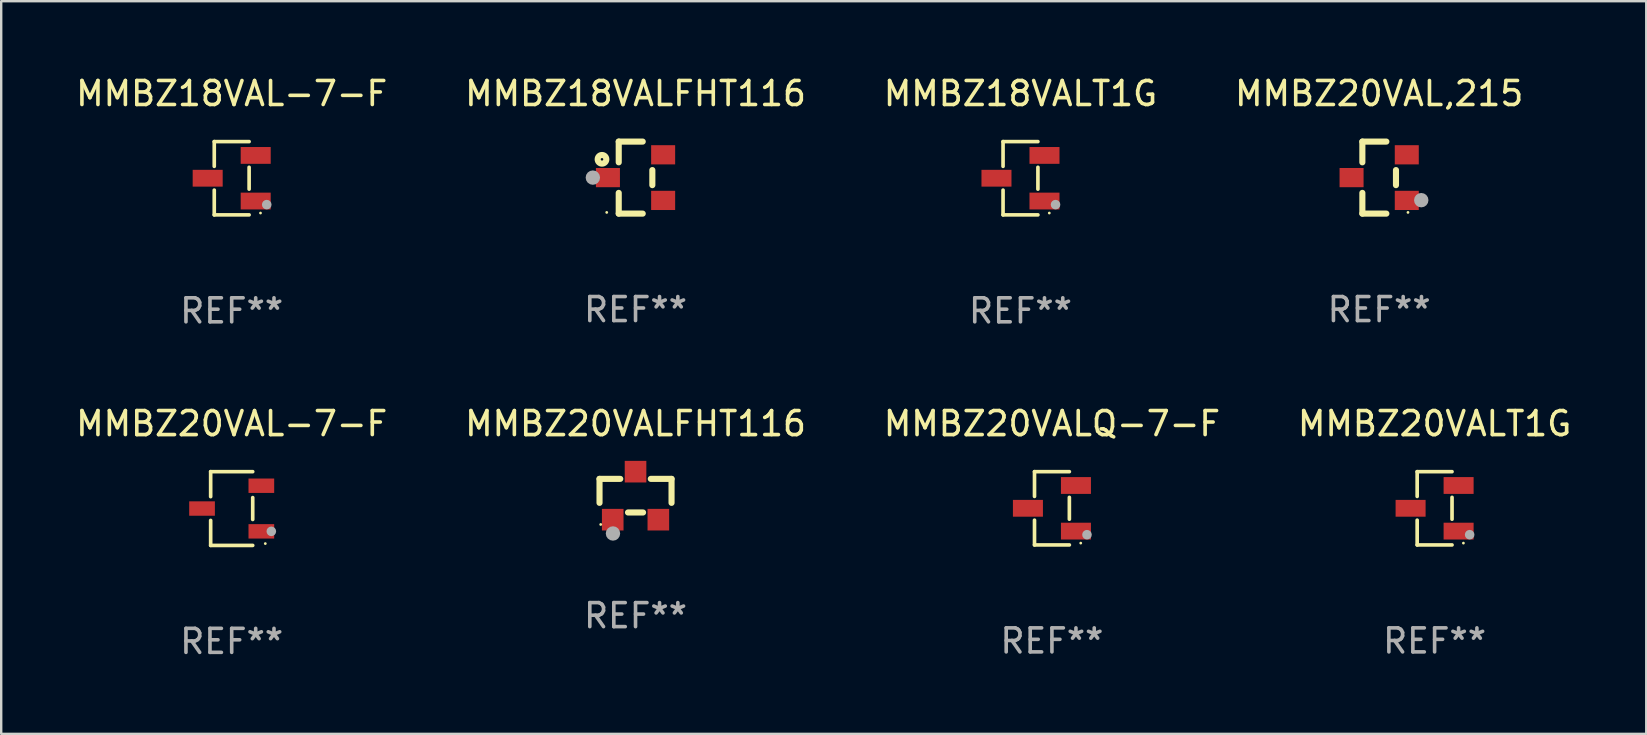
<source format=kicad_pcb>
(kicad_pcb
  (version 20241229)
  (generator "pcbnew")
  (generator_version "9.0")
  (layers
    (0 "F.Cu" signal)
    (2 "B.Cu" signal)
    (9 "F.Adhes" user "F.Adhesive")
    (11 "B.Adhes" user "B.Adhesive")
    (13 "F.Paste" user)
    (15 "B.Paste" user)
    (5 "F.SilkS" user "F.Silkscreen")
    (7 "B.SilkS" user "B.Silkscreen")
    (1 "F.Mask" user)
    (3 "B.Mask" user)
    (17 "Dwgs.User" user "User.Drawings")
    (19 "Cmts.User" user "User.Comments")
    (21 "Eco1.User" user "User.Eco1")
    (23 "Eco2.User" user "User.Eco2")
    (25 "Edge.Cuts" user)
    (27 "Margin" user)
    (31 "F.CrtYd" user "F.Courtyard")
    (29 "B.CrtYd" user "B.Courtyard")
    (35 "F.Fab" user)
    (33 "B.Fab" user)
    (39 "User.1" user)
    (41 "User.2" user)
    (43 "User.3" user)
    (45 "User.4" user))
  (footprint "MMBZ20VALQ-7-F"
    (layer "F.Cu")
    (at 40.768 18.123)
    (property "Reference" "MMBZ20VALQ-7-F" (at 0 -3.526 0) (layer "F.SilkS") (effects (font (size 1 1) (thickness 0.15))))
    (attr through_hole)
    (fp_line (start -0.726 -1.526) (end -0.726 -0.495) (stroke (width 0.152) (type solid)) (layer "F.SilkS"))
    (fp_line (start -0.726 1.526) (end -0.726 0.495) (stroke (width 0.152) (type solid)) (layer "F.SilkS"))
    (fp_line (start 0.726 -1.526) (end -0.726 -1.526) (stroke (width 0.152) (type solid)) (layer "F.SilkS"))
    (fp_line (start 0.726 -0.455) (end 0.726 0.455) (stroke (width 0.152) (type solid)) (layer "F.SilkS"))
    (fp_line (start 0.726 1.526) (end -0.726 1.526) (stroke (width 0.152) (type solid)) (layer "F.SilkS"))
    (fp_circle (center 1.2 1.45) (end 1.23 1.45) (stroke (width 0.06) (type solid)) (fill no) (layer "F.SilkS"))
    (fp_circle (center 1.46 1.1) (end 1.56 1.1) (stroke (width 0.2) (type solid)) (fill no) (layer "F.Fab"))
    (fp_text user "REF**" (at 0 5.526 0) (layer "F.Fab") (effects (font (size 1 1) (thickness 0.15))))
    (pad "1" smd rect (at 1 0.95) (size 1.25 0.7) (layers "F.Cu" "F.Mask" "F.Paste"))
    (pad "2" smd rect (at 1 -0.95) (size 1.25 0.7) (layers "F.Cu" "F.Mask" "F.Paste"))
    (pad "3" smd rect (at -1 0) (size 1.25 0.7) (layers "F.Cu" "F.Mask" "F.Paste")))
  (footprint "MMBZ18VAL-7-F"
    (layer "F.Cu")
    (at 6.601 4.374)
    (property "Reference" "MMBZ18VAL-7-F" (at 0 -3.526 0) (layer "F.SilkS") (effects (font (size 1 1) (thickness 0.15))))
    (attr through_hole)
    (fp_line (start -0.726 -1.526) (end -0.726 -0.495) (stroke (width 0.152) (type solid)) (layer "F.SilkS"))
    (fp_line (start -0.726 1.526) (end -0.726 0.495) (stroke (width 0.152) (type solid)) (layer "F.SilkS"))
    (fp_line (start 0.726 -1.526) (end -0.726 -1.526) (stroke (width 0.152) (type solid)) (layer "F.SilkS"))
    (fp_line (start 0.726 -0.455) (end 0.726 0.455) (stroke (width 0.152) (type solid)) (layer "F.SilkS"))
    (fp_line (start 0.726 1.526) (end -0.726 1.526) (stroke (width 0.152) (type solid)) (layer "F.SilkS"))
    (fp_circle (center 1.2 1.45) (end 1.23 1.45) (stroke (width 0.06) (type solid)) (fill no) (layer "F.SilkS"))
    (fp_circle (center 1.46 1.1) (end 1.56 1.1) (stroke (width 0.2) (type solid)) (fill no) (layer "F.Fab"))
    (fp_text user "REF**" (at 0 5.526 0) (layer "F.Fab") (effects (font (size 1 1) (thickness 0.15))))
    (pad "1" smd rect (at 1 0.95) (size 1.25 0.7) (layers "F.Cu" "F.Mask" "F.Paste"))
    (pad "2" smd rect (at 1 -0.95) (size 1.25 0.7) (layers "F.Cu" "F.Mask" "F.Paste"))
    (pad "3" smd rect (at -1 0) (size 1.25 0.7) (layers "F.Cu" "F.Mask" "F.Paste")))
  (footprint "MMBZ18VALT1G"
    (layer "F.Cu")
    (at 39.458 4.374)
    (property "Reference" "MMBZ18VALT1G" (at 0 -3.526 0) (layer "F.SilkS") (effects (font (size 1 1) (thickness 0.15))))
    (attr through_hole)
    (fp_line (start -0.726 -1.526) (end -0.726 -0.495) (stroke (width 0.152) (type solid)) (layer "F.SilkS"))
    (fp_line (start -0.726 1.526) (end -0.726 0.495) (stroke (width 0.152) (type solid)) (layer "F.SilkS"))
    (fp_line (start 0.726 -1.526) (end -0.726 -1.526) (stroke (width 0.152) (type solid)) (layer "F.SilkS"))
    (fp_line (start 0.726 -0.455) (end 0.726 0.455) (stroke (width 0.152) (type solid)) (layer "F.SilkS"))
    (fp_line (start 0.726 1.526) (end -0.726 1.526) (stroke (width 0.152) (type solid)) (layer "F.SilkS"))
    (fp_circle (center 1.2 1.45) (end 1.23 1.45) (stroke (width 0.06) (type solid)) (fill no) (layer "F.SilkS"))
    (fp_circle (center 1.46 1.1) (end 1.56 1.1) (stroke (width 0.2) (type solid)) (fill no) (layer "F.Fab"))
    (fp_text user "REF**" (at 0 5.526 0) (layer "F.Fab") (effects (font (size 1 1) (thickness 0.15))))
    (pad "1" smd rect (at 1 0.95) (size 1.25 0.7) (layers "F.Cu" "F.Mask" "F.Paste"))
    (pad "2" smd rect (at 1 -0.95) (size 1.25 0.7) (layers "F.Cu" "F.Mask" "F.Paste"))
    (pad "3" smd rect (at -1 0) (size 1.25 0.7) (layers "F.Cu" "F.Mask" "F.Paste")))
  (footprint "MMBZ20VALFHT116"
    (layer "F.Cu")
    (at 23.423 17.597)
    (property "Reference" "MMBZ20VALFHT116" (at 0 -3 0) (layer "F.SilkS") (effects (font (size 1 1) (thickness 0.15))))
    (attr through_hole)
    (fp_line (start -1.5 -0.7) (end -1.5 0.3) (stroke (width 0.254) (type solid)) (layer "F.SilkS"))
    (fp_line (start -1.5 -0.7) (end -0.636 -0.7) (stroke (width 0.254) (type solid)) (layer "F.SilkS"))
    (fp_line (start -0.314 0.7) (end 0.314 0.7) (stroke (width 0.254) (type solid)) (layer "F.SilkS"))
    (fp_line (start 0.636 -0.7) (end 1.5 -0.7) (stroke (width 0.254) (type solid)) (layer "F.SilkS"))
    (fp_line (start 1.5 -0.7) (end 1.5 0.3) (stroke (width 0.254) (type solid)) (layer "F.SilkS"))
    (fp_circle (center -1.45 1.2) (end -1.42 1.2) (stroke (width 0.06) (type solid)) (fill no) (layer "F.SilkS"))
    (fp_circle (center -0.94 1.575) (end -0.79 1.575) (stroke (width 0.3) (type solid)) (fill no) (layer "F.Fab"))
    (fp_text user "REF**" (at 0 5 0) (layer "F.Fab") (effects (font (size 1 1) (thickness 0.15))))
    (pad "1" smd rect (at -0.95 1) (size 0.9 0.9) (layers "F.Cu" "F.Mask" "F.Paste"))
    (pad "2" smd rect (at 0.95 1) (size 0.9 0.9) (layers "F.Cu" "F.Mask" "F.Paste"))
    (pad "3" smd rect (at 0.000051 -1) (size 0.9 0.9) (layers "F.Cu" "F.Mask" "F.Paste")))
  (footprint "MMBZ20VAL-7-F"
    (layer "F.Cu")
    (at 6.601 18.133)
    (property "Reference" "MMBZ20VAL-7-F" (at 0 -3.536 0) (layer "F.SilkS") (effects (font (size 1 1) (thickness 0.15))))
    (attr through_hole)
    (fp_line (start -0.876 -1.536) (end -0.876 -0.495) (stroke (width 0.152) (type solid)) (layer "F.SilkS"))
    (fp_line (start -0.876 1.536) (end -0.876 0.495) (stroke (width 0.152) (type solid)) (layer "F.SilkS"))
    (fp_line (start 0.876 -1.536) (end -0.876 -1.536) (stroke (width 0.152) (type solid)) (layer "F.SilkS"))
    (fp_line (start 0.876 -0.455) (end 0.876 0.455) (stroke (width 0.152) (type solid)) (layer "F.SilkS"))
    (fp_line (start 0.876 1.536) (end -0.876 1.536) (stroke (width 0.152) (type solid)) (layer "F.SilkS"))
    (fp_circle (center 1.4 1.46) (end 1.43 1.46) (stroke (width 0.06) (type solid)) (fill no) (layer "F.SilkS"))
    (fp_circle (center 1.651 0.95) (end 1.751 0.95) (stroke (width 0.2) (type solid)) (fill no) (layer "F.Fab"))
    (fp_text user "REF**" (at 0 5.536 0) (layer "F.Fab") (effects (font (size 1 1) (thickness 0.15))))
    (pad "1" smd rect (at 1.235 0.95) (size 1.07 0.6) (layers "F.Cu" "F.Mask" "F.Paste"))
    (pad "2" smd rect (at 1.235 -0.95) (size 1.07 0.6) (layers "F.Cu" "F.Mask" "F.Paste"))
    (pad "3" smd rect (at -1.235 0) (size 1.07 0.6) (layers "F.Cu" "F.Mask" "F.Paste")))
  (footprint "MMBZ18VALFHT116"
    (layer "F.Cu")
    (at 23.423 4.348)
    (property "Reference" "MMBZ18VALFHT116" (at 0 -3.5 0) (layer "F.SilkS") (effects (font (size 1 1) (thickness 0.15))))
    (attr through_hole)
    (fp_line (start -0.7 -1.5) (end 0.3 -1.5) (stroke (width 0.254) (type solid)) (layer "F.SilkS"))
    (fp_line (start -0.7 -0.636) (end -0.7 -1.5) (stroke (width 0.254) (type solid)) (layer "F.SilkS"))
    (fp_line (start -0.7 1.5) (end -0.7 0.636) (stroke (width 0.254) (type solid)) (layer "F.SilkS"))
    (fp_line (start -0.7 1.5) (end 0.3 1.5) (stroke (width 0.254) (type solid)) (layer "F.SilkS"))
    (fp_line (start 0.7 0.314) (end 0.7 -0.314) (stroke (width 0.254) (type solid)) (layer "F.SilkS"))
    (fp_circle (center -1.397 -0.762) (end -1.217 -0.762) (stroke (width 0.254) (type solid)) (fill no) (layer "F.SilkS"))
    (fp_circle (center -1.2 1.45) (end -1.17 1.45) (stroke (width 0.06) (type solid)) (fill no) (layer "F.SilkS"))
    (fp_circle (center -1.778 -0.000051) (end -1.628 -0.000051) (stroke (width 0.3) (type solid)) (fill no) (layer "F.Fab"))
    (fp_text user "REF**" (at 0 5.5 0) (layer "F.Fab") (effects (font (size 1 1) (thickness 0.15))))
    (pad "1" smd rect (at -1.15 -0.000051 180) (size 1 0.8) (layers "F.Cu" "F.Mask" "F.Paste"))
    (pad "2" smd rect (at 1.15 0.95 180) (size 1 0.8) (layers "F.Cu" "F.Mask" "F.Paste"))
    (pad "3" smd rect (at 1.15 -0.95 180) (size 1 0.8) (layers "F.Cu" "F.Mask" "F.Paste")))
  (footprint "MMBZ20VAL,215"
    (layer "F.Cu")
    (at 54.399 4.348)
    (property "Reference" "MMBZ20VAL,215" (at 0 -3.5 0) (layer "F.SilkS") (effects (font (size 1 1) (thickness 0.15))))
    (attr through_hole)
    (fp_line (start -0.7 -1.5) (end 0.3 -1.5) (stroke (width 0.254) (type solid)) (layer "F.SilkS"))
    (fp_line (start -0.7 -0.636) (end -0.7 -1.5) (stroke (width 0.254) (type solid)) (layer "F.SilkS"))
    (fp_line (start -0.7 1.5) (end -0.7 0.636) (stroke (width 0.254) (type solid)) (layer "F.SilkS"))
    (fp_line (start -0.7 1.5) (end 0.3 1.5) (stroke (width 0.254) (type solid)) (layer "F.SilkS"))
    (fp_line (start 0.7 0.314) (end 0.7 -0.314) (stroke (width 0.254) (type solid)) (layer "F.SilkS"))
    (fp_circle (center 1.2 1.45) (end 1.23 1.45) (stroke (width 0.06) (type solid)) (fill no) (layer "F.SilkS"))
    (fp_circle (center 1.753 0.94) (end 1.903 0.94) (stroke (width 0.3) (type solid)) (fill no) (layer "F.Fab"))
    (fp_text user "REF**" (at 0 5.5 0) (layer "F.Fab") (effects (font (size 1 1) (thickness 0.15))))
    (pad "1" smd rect (at 1.15 0.95 180) (size 1 0.8) (layers "F.Cu" "F.Mask" "F.Paste"))
    (pad "2" smd rect (at 1.15 -0.95 180) (size 1 0.8) (layers "F.Cu" "F.Mask" "F.Paste"))
    (pad "3" smd rect (at -1.15 -0.000051 180) (size 1 0.8) (layers "F.Cu" "F.Mask" "F.Paste")))
  (footprint "MMBZ20VALT1G"
    (layer "F.Cu")
    (at 56.708 18.123)
    (property "Reference" "MMBZ20VALT1G" (at 0 -3.526 0) (layer "F.SilkS") (effects (font (size 1 1) (thickness 0.15))))
    (attr through_hole)
    (fp_line (start -0.726 -1.526) (end -0.726 -0.495) (stroke (width 0.152) (type solid)) (layer "F.SilkS"))
    (fp_line (start -0.726 1.526) (end -0.726 0.495) (stroke (width 0.152) (type solid)) (layer "F.SilkS"))
    (fp_line (start 0.726 -1.526) (end -0.726 -1.526) (stroke (width 0.152) (type solid)) (layer "F.SilkS"))
    (fp_line (start 0.726 -0.455) (end 0.726 0.455) (stroke (width 0.152) (type solid)) (layer "F.SilkS"))
    (fp_line (start 0.726 1.526) (end -0.726 1.526) (stroke (width 0.152) (type solid)) (layer "F.SilkS"))
    (fp_circle (center 1.2 1.45) (end 1.23 1.45) (stroke (width 0.06) (type solid)) (fill no) (layer "F.SilkS"))
    (fp_circle (center 1.46 1.1) (end 1.56 1.1) (stroke (width 0.2) (type solid)) (fill no) (layer "F.Fab"))
    (fp_text user "REF**" (at 0 5.526 0) (layer "F.Fab") (effects (font (size 1 1) (thickness 0.15))))
    (pad "1" smd rect (at 1 0.95) (size 1.25 0.7) (layers "F.Cu" "F.Mask" "F.Paste"))
    (pad "2" smd rect (at 1 -0.95) (size 1.25 0.7) (layers "F.Cu" "F.Mask" "F.Paste"))
    (pad "3" smd rect (at -1 0) (size 1.25 0.7) (layers "F.Cu" "F.Mask" "F.Paste")))
  (gr_rect
    (start -3 -3)
    (end 65.524 27.518)
    (stroke (width 0.1) (type default))
    (fill no)
    (layer "Edge.Cuts")))
</source>
